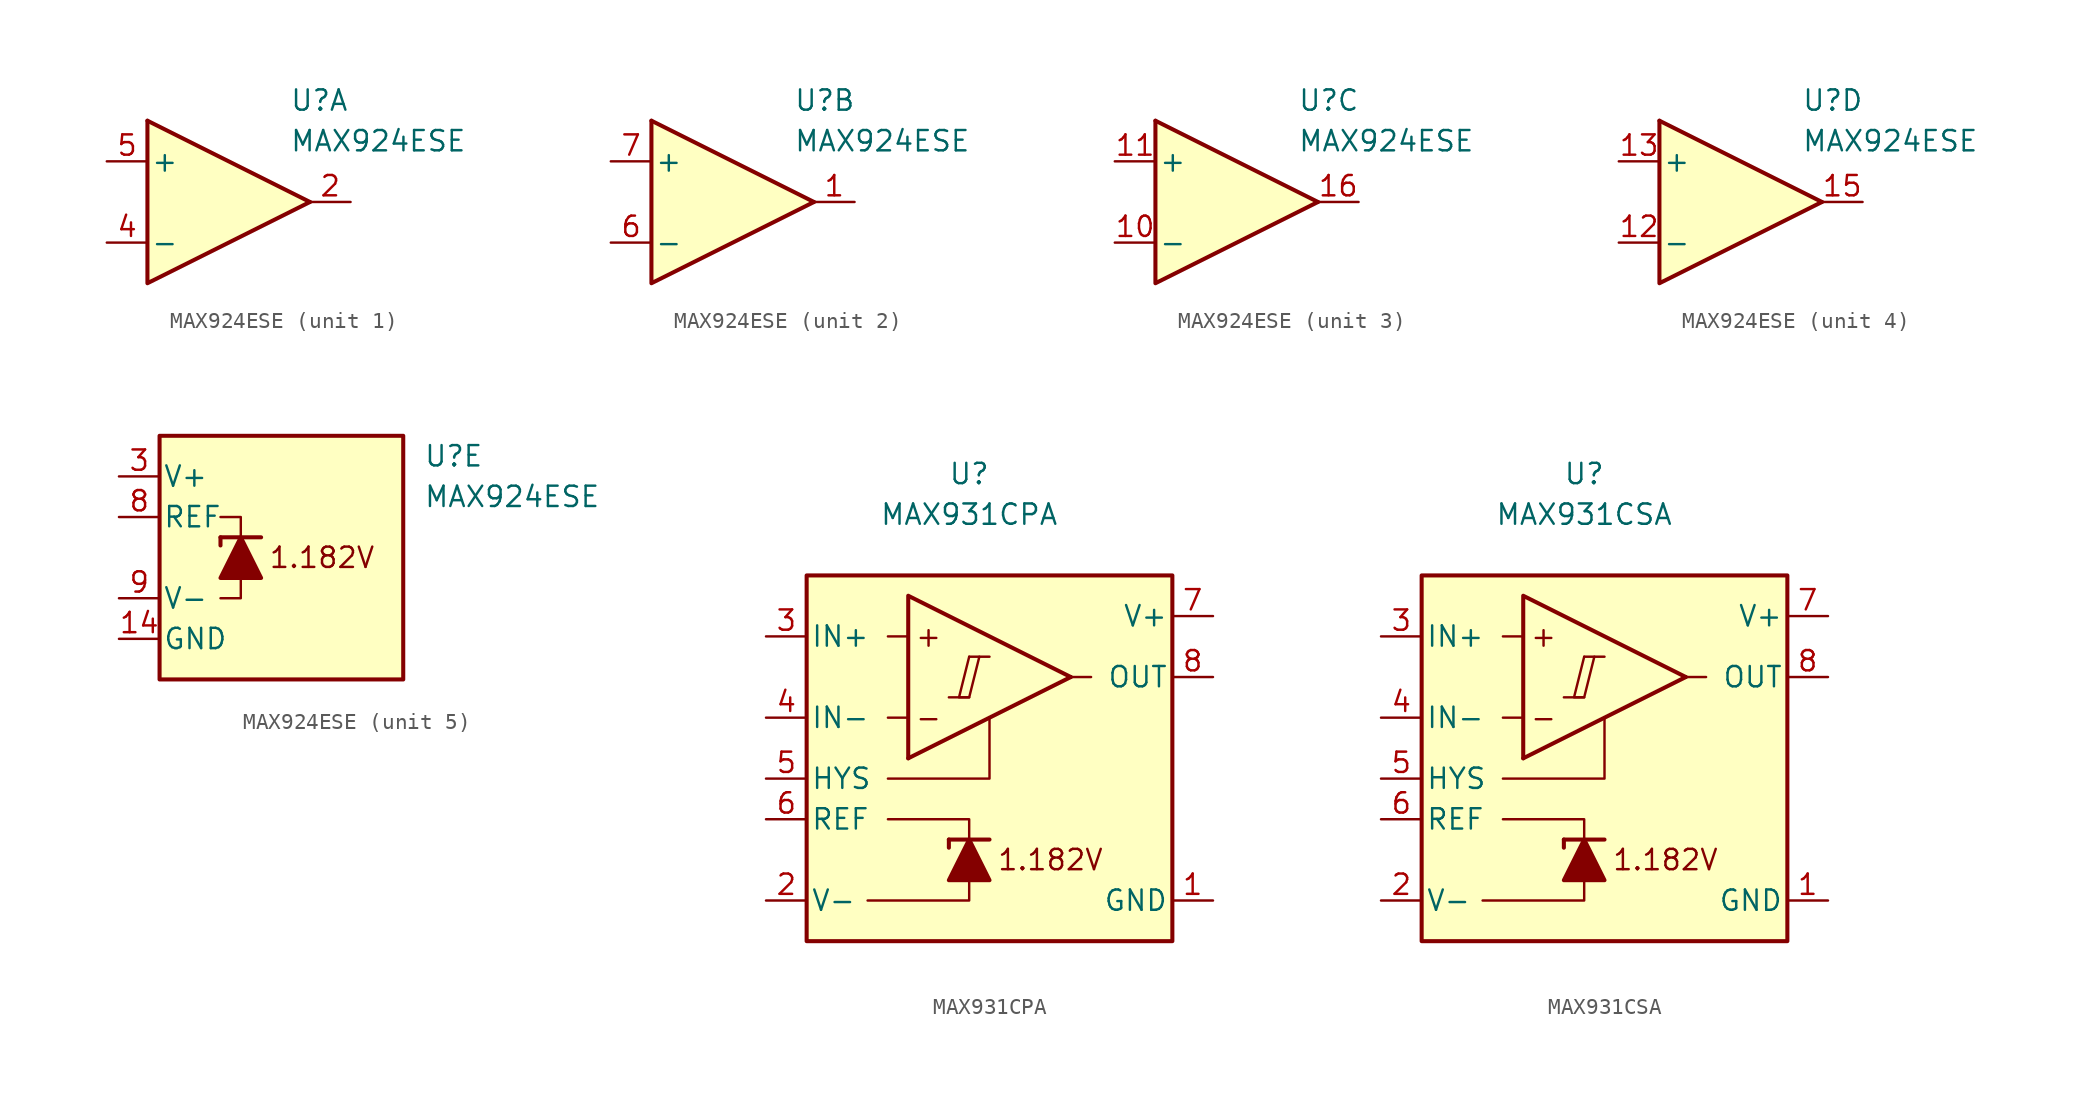
<source format=kicad_sym>
(kicad_symbol_lib
  (version 20211014)
  (generator kicad_symbol_editor)
  (symbol "MAX924ESE"
    (pin_names
      (offset 0.2))
    (property "Reference" "U"
      (at 5.08 6.35 0)
      (effects (font (size 1.27 1.27)) (justify left)))
    (property "Value" "MAX924ESE"
      (at 5.08 3.81 0)
      (effects (font (size 1.27 1.27)) (justify left)))
    (property "ki_locked" ""
      (at 0 0 0)
      (effects (font (size 1.27 1.27))))
    (symbol "MAX924ESE_1_1"
      (polyline (pts (xy -3.81 5.08) (xy 6.35 0)) (stroke (width 0.254) (type default) (color 0 0 0 0)) (fill (type none)))
      (polyline (pts (xy -3.81 5.08) (xy -3.81 -5.08) (xy 6.35 0)) (stroke (width 0.254) (type default) (color 0 0 0 0)) (fill (type background)))
      (pin output line (at 8.89 0 180) (length 2.54) (name "~" (effects (font (size 1.27 1.27)))) (number "2" (effects (font (size 1.27 1.27)))))
      (pin input line (at -6.35 -2.54 0) (length 2.54) (name "-" (effects (font (size 1.27 1.27)))) (number "4" (effects (font (size 1.27 1.27)))))
      (pin input line (at -6.35 2.54 0) (length 2.54) (name "+" (effects (font (size 1.27 1.27)))) (number "5" (effects (font (size 1.27 1.27))))))
    (symbol "MAX924ESE_2_1"
      (polyline (pts (xy -3.81 5.08) (xy 6.35 0)) (stroke (width 0.254) (type default) (color 0 0 0 0)) (fill (type none)))
      (polyline (pts (xy -3.81 5.08) (xy -3.81 -5.08) (xy 6.35 0)) (stroke (width 0.254) (type default) (color 0 0 0 0)) (fill (type background)))
      (pin output line (at 8.89 0 180) (length 2.54) (name "~" (effects (font (size 1.27 1.27)))) (number "1" (effects (font (size 1.27 1.27)))))
      (pin input line (at -6.35 -2.54 0) (length 2.54) (name "-" (effects (font (size 1.27 1.27)))) (number "6" (effects (font (size 1.27 1.27)))))
      (pin input line (at -6.35 2.54 0) (length 2.54) (name "+" (effects (font (size 1.27 1.27)))) (number "7" (effects (font (size 1.27 1.27))))))
    (symbol "MAX924ESE_3_1"
      (polyline (pts (xy -3.81 5.08) (xy 6.35 0)) (stroke (width 0.254) (type default) (color 0 0 0 0)) (fill (type none)))
      (polyline (pts (xy -3.81 5.08) (xy -3.81 -5.08) (xy 6.35 0)) (stroke (width 0.254) (type default) (color 0 0 0 0)) (fill (type background)))
      (pin input line (at -6.35 -2.54 0) (length 2.54) (name "-" (effects (font (size 1.27 1.27)))) (number "10" (effects (font (size 1.27 1.27)))))
      (pin input line (at -6.35 2.54 0) (length 2.54) (name "+" (effects (font (size 1.27 1.27)))) (number "11" (effects (font (size 1.27 1.27)))))
      (pin output line (at 8.89 0 180) (length 2.54) (name "~" (effects (font (size 1.27 1.27)))) (number "16" (effects (font (size 1.27 1.27))))))
    (symbol "MAX924ESE_4_1"
      (polyline (pts (xy -3.81 5.08) (xy 6.35 0)) (stroke (width 0.254) (type default) (color 0 0 0 0)) (fill (type none)))
      (polyline (pts (xy -3.81 5.08) (xy -3.81 -5.08) (xy 6.35 0)) (stroke (width 0.254) (type default) (color 0 0 0 0)) (fill (type background)))
      (pin input line (at -6.35 -2.54 0) (length 2.54) (name "-" (effects (font (size 1.27 1.27)))) (number "12" (effects (font (size 1.27 1.27)))))
      (pin input line (at -6.35 2.54 0) (length 2.54) (name "+" (effects (font (size 1.27 1.27)))) (number "13" (effects (font (size 1.27 1.27)))))
      (pin output line (at 8.89 0 180) (length 2.54) (name "~" (effects (font (size 1.27 1.27)))) (number "15" (effects (font (size 1.27 1.27))))))
    (symbol "MAX924ESE_5_0"
      (text "1.182V" (at -1.27 0 0) (effects (font (size 1.27 1.27)))))
    (symbol "MAX924ESE_5_1"
      (rectangle (start -11.43 7.62) (end 3.81 -7.62) (stroke (width 0.254) (type default) (color 0 0 0 0)) (fill (type background)))
      (polyline (pts (xy -7.62 1.27) (xy -7.62 0.762)) (stroke (width 0.254) (type default) (color 0 0 0 0)) (fill (type none)))
      (polyline (pts (xy -7.62 1.27) (xy -5.08 1.27)) (stroke (width 0.254) (type default) (color 0 0 0 0)) (fill (type none)))
      (polyline (pts (xy -6.35 -1.27) (xy -6.35 -2.54) (xy -7.62 -2.54)) (stroke (width 0) (type default) (color 0 0 0 0)) (fill (type none)))
      (polyline (pts (xy -6.35 1.27) (xy -6.35 2.54) (xy -7.62 2.54)) (stroke (width 0) (type default) (color 0 0 0 0)) (fill (type none)))
      (polyline (pts (xy -5.08 -1.27) (xy -7.62 -1.27) (xy -6.35 1.27) (xy -5.08 -1.27)) (stroke (width 0.254) (type default) (color 0 0 0 0)) (fill (type outline)))
      (pin power_in line (at -13.97 -5.08 0) (length 2.54) (name "GND" (effects (font (size 1.27 1.27)))) (number "14" (effects (font (size 1.27 1.27)))))
      (pin power_in line (at -13.97 5.08 0) (length 2.54) (name "V+" (effects (font (size 1.27 1.27)))) (number "3" (effects (font (size 1.27 1.27)))))
      (pin output line (at -13.97 2.54 0) (length 2.54) (name "REF" (effects (font (size 1.27 1.27)))) (number "8" (effects (font (size 1.27 1.27)))))
      (pin power_in line (at -13.97 -2.54 0) (length 2.54) (name "V-" (effects (font (size 1.27 1.27)))) (number "9" (effects (font (size 1.27 1.27)))))))
  (symbol "MAX931CPA"
    (pin_names
      (offset 0.254))
    (property "Reference" "U"
      (at 0 16.51 0)
      (effects (font (size 1.27 1.27))))
    (property "Value" "MAX931CPA"
      (at 0 13.97 0)
      (effects (font (size 1.27 1.27))))
    (symbol "MAX931CPA_0_0"
      (polyline (pts (xy -1.27 2.54) (xy 0 2.54)) (stroke (width 0.152) (type default) (color 0 0 0 0)) (fill (type none)))
      (polyline (pts (xy 0 5.08) (xy 1.27 5.08)) (stroke (width 0.152) (type default) (color 0 0 0 0)) (fill (type none)))
      (polyline (pts (xy 6.35 3.81) (xy -3.81 -1.27)) (stroke (width 0.254) (type default) (color 0 0 0 0)) (fill (type none)))
      (polyline (pts (xy 6.35 3.81) (xy -3.81 8.89) (xy -3.81 -1.27)) (stroke (width 0.254) (type default) (color 0 0 0 0)) (fill (type background)))
      (polyline (pts (xy 0 5.08) (xy -0.635 2.54) (xy 0 2.54) (xy 0.635 5.08)) (stroke (width 0.152) (type default) (color 0 0 0 0)) (fill (type none)))
      (text "+" (at -2.54 6.35 0) (effects (font (size 1.27 1.27))))
      (text "-" (at -2.54 1.27 0) (effects (font (size 1.27 1.27))))
      (text "1.182V" (at 5.08 -7.62 0) (effects (font (size 1.27 1.27)))))
    (symbol "MAX931CPA_0_1"
      (polyline (pts (xy -3.81 1.27) (xy -5.08 1.27)) (stroke (width 0) (type default) (color 0 0 0 0)) (fill (type none)))
      (polyline (pts (xy -3.81 6.35) (xy -5.08 6.35)) (stroke (width 0) (type default) (color 0 0 0 0)) (fill (type none)))
      (polyline (pts (xy -1.27 -6.35) (xy -1.27 -6.858)) (stroke (width 0.254) (type default) (color 0 0 0 0)) (fill (type none)))
      (polyline (pts (xy -1.27 -6.35) (xy 1.27 -6.35)) (stroke (width 0.254) (type default) (color 0 0 0 0)) (fill (type none)))
      (polyline (pts (xy 6.35 3.81) (xy 7.62 3.81)) (stroke (width 0) (type default) (color 0 0 0 0)) (fill (type none)))
      (polyline (pts (xy 0 -8.89) (xy 0 -10.16) (xy -6.35 -10.16)) (stroke (width 0) (type default) (color 0 0 0 0)) (fill (type none)))
      (polyline (pts (xy 0 -6.35) (xy 0 -5.08) (xy -5.08 -5.08)) (stroke (width 0) (type default) (color 0 0 0 0)) (fill (type none)))
      (polyline (pts (xy 1.27 1.27) (xy 1.27 -2.54) (xy -5.08 -2.54)) (stroke (width 0) (type default) (color 0 0 0 0)) (fill (type none)))
      (polyline (pts (xy 1.27 -8.89) (xy -1.27 -8.89) (xy 0 -6.35) (xy 1.27 -8.89)) (stroke (width 0.254) (type default) (color 0 0 0 0)) (fill (type outline)))
      (rectangle (start 12.7 10.16) (end -10.16 -12.7) (stroke (width 0.254) (type default) (color 0 0 0 0)) (fill (type background))))
    (symbol "MAX931CPA_1_1"
      (pin power_in line (at 15.24 -10.16 180) (length 2.54) (name "GND" (effects (font (size 1.27 1.27)))) (number "1" (effects (font (size 1.27 1.27)))))
      (pin power_in line (at -12.7 -10.16 0) (length 2.54) (name "V-" (effects (font (size 1.27 1.27)))) (number "2" (effects (font (size 1.27 1.27)))))
      (pin input line (at -12.7 6.35 0) (length 2.54) (name "IN+" (effects (font (size 1.27 1.27)))) (number "3" (effects (font (size 1.27 1.27)))))
      (pin input line (at -12.7 1.27 0) (length 2.54) (name "IN-" (effects (font (size 1.27 1.27)))) (number "4" (effects (font (size 1.27 1.27)))))
      (pin input line (at -12.7 -2.54 0) (length 2.54) (name "HYS" (effects (font (size 1.27 1.27)))) (number "5" (effects (font (size 1.27 1.27)))))
      (pin output line (at -12.7 -5.08 0) (length 2.54) (name "REF" (effects (font (size 1.27 1.27)))) (number "6" (effects (font (size 1.27 1.27)))))
      (pin power_in line (at 15.24 7.62 180) (length 2.54) (name "V+" (effects (font (size 1.27 1.27)))) (number "7" (effects (font (size 1.27 1.27)))))
      (pin output line (at 15.24 3.81 180) (length 2.54) (name "OUT" (effects (font (size 1.27 1.27)))) (number "8" (effects (font (size 1.27 1.27)))))))
  (symbol "MAX931CSA"
    (pin_names
      (offset 0.254))
    (property "Reference" "U"
      (at 0 16.51 0)
      (effects (font (size 1.27 1.27))))
    (property "Value" "MAX931CSA"
      (at 0 13.97 0)
      (effects (font (size 1.27 1.27))))
    (symbol "MAX931CSA_0_0"
      (polyline (pts (xy -1.27 2.54) (xy 0 2.54)) (stroke (width 0.152) (type default) (color 0 0 0 0)) (fill (type none)))
      (polyline (pts (xy 0 5.08) (xy 1.27 5.08)) (stroke (width 0.152) (type default) (color 0 0 0 0)) (fill (type none)))
      (polyline (pts (xy 6.35 3.81) (xy -3.81 -1.27)) (stroke (width 0.254) (type default) (color 0 0 0 0)) (fill (type none)))
      (polyline (pts (xy 6.35 3.81) (xy -3.81 8.89) (xy -3.81 -1.27)) (stroke (width 0.254) (type default) (color 0 0 0 0)) (fill (type background)))
      (polyline (pts (xy 0 5.08) (xy -0.635 2.54) (xy 0 2.54) (xy 0.635 5.08)) (stroke (width 0.152) (type default) (color 0 0 0 0)) (fill (type none)))
      (text "+" (at -2.54 6.35 0) (effects (font (size 1.27 1.27))))
      (text "-" (at -2.54 1.27 0) (effects (font (size 1.27 1.27))))
      (text "1.182V" (at 5.08 -7.62 0) (effects (font (size 1.27 1.27)))))
    (symbol "MAX931CSA_0_1"
      (polyline (pts (xy -3.81 1.27) (xy -5.08 1.27)) (stroke (width 0) (type default) (color 0 0 0 0)) (fill (type none)))
      (polyline (pts (xy -3.81 6.35) (xy -5.08 6.35)) (stroke (width 0) (type default) (color 0 0 0 0)) (fill (type none)))
      (polyline (pts (xy -1.27 -6.35) (xy -1.27 -6.858)) (stroke (width 0.254) (type default) (color 0 0 0 0)) (fill (type none)))
      (polyline (pts (xy -1.27 -6.35) (xy 1.27 -6.35)) (stroke (width 0.254) (type default) (color 0 0 0 0)) (fill (type none)))
      (polyline (pts (xy 6.35 3.81) (xy 7.62 3.81)) (stroke (width 0) (type default) (color 0 0 0 0)) (fill (type none)))
      (polyline (pts (xy 0 -8.89) (xy 0 -10.16) (xy -6.35 -10.16)) (stroke (width 0) (type default) (color 0 0 0 0)) (fill (type none)))
      (polyline (pts (xy 0 -6.35) (xy 0 -5.08) (xy -5.08 -5.08)) (stroke (width 0) (type default) (color 0 0 0 0)) (fill (type none)))
      (polyline (pts (xy 1.27 1.27) (xy 1.27 -2.54) (xy -5.08 -2.54)) (stroke (width 0) (type default) (color 0 0 0 0)) (fill (type none)))
      (polyline (pts (xy 1.27 -8.89) (xy -1.27 -8.89) (xy 0 -6.35) (xy 1.27 -8.89)) (stroke (width 0.254) (type default) (color 0 0 0 0)) (fill (type outline)))
      (rectangle (start 12.7 10.16) (end -10.16 -12.7) (stroke (width 0.254) (type default) (color 0 0 0 0)) (fill (type background))))
    (symbol "MAX931CSA_1_1"
      (pin power_in line (at 15.24 -10.16 180) (length 2.54) (name "GND" (effects (font (size 1.27 1.27)))) (number "1" (effects (font (size 1.27 1.27)))))
      (pin power_in line (at -12.7 -10.16 0) (length 2.54) (name "V-" (effects (font (size 1.27 1.27)))) (number "2" (effects (font (size 1.27 1.27)))))
      (pin input line (at -12.7 6.35 0) (length 2.54) (name "IN+" (effects (font (size 1.27 1.27)))) (number "3" (effects (font (size 1.27 1.27)))))
      (pin input line (at -12.7 1.27 0) (length 2.54) (name "IN-" (effects (font (size 1.27 1.27)))) (number "4" (effects (font (size 1.27 1.27)))))
      (pin input line (at -12.7 -2.54 0) (length 2.54) (name "HYS" (effects (font (size 1.27 1.27)))) (number "5" (effects (font (size 1.27 1.27)))))
      (pin output line (at -12.7 -5.08 0) (length 2.54) (name "REF" (effects (font (size 1.27 1.27)))) (number "6" (effects (font (size 1.27 1.27)))))
      (pin power_in line (at 15.24 7.62 180) (length 2.54) (name "V+" (effects (font (size 1.27 1.27)))) (number "7" (effects (font (size 1.27 1.27)))))
      (pin output line (at 15.24 3.81 180) (length 2.54) (name "OUT" (effects (font (size 1.27 1.27)))) (number "8" (effects (font (size 1.27 1.27))))))))
</source>
